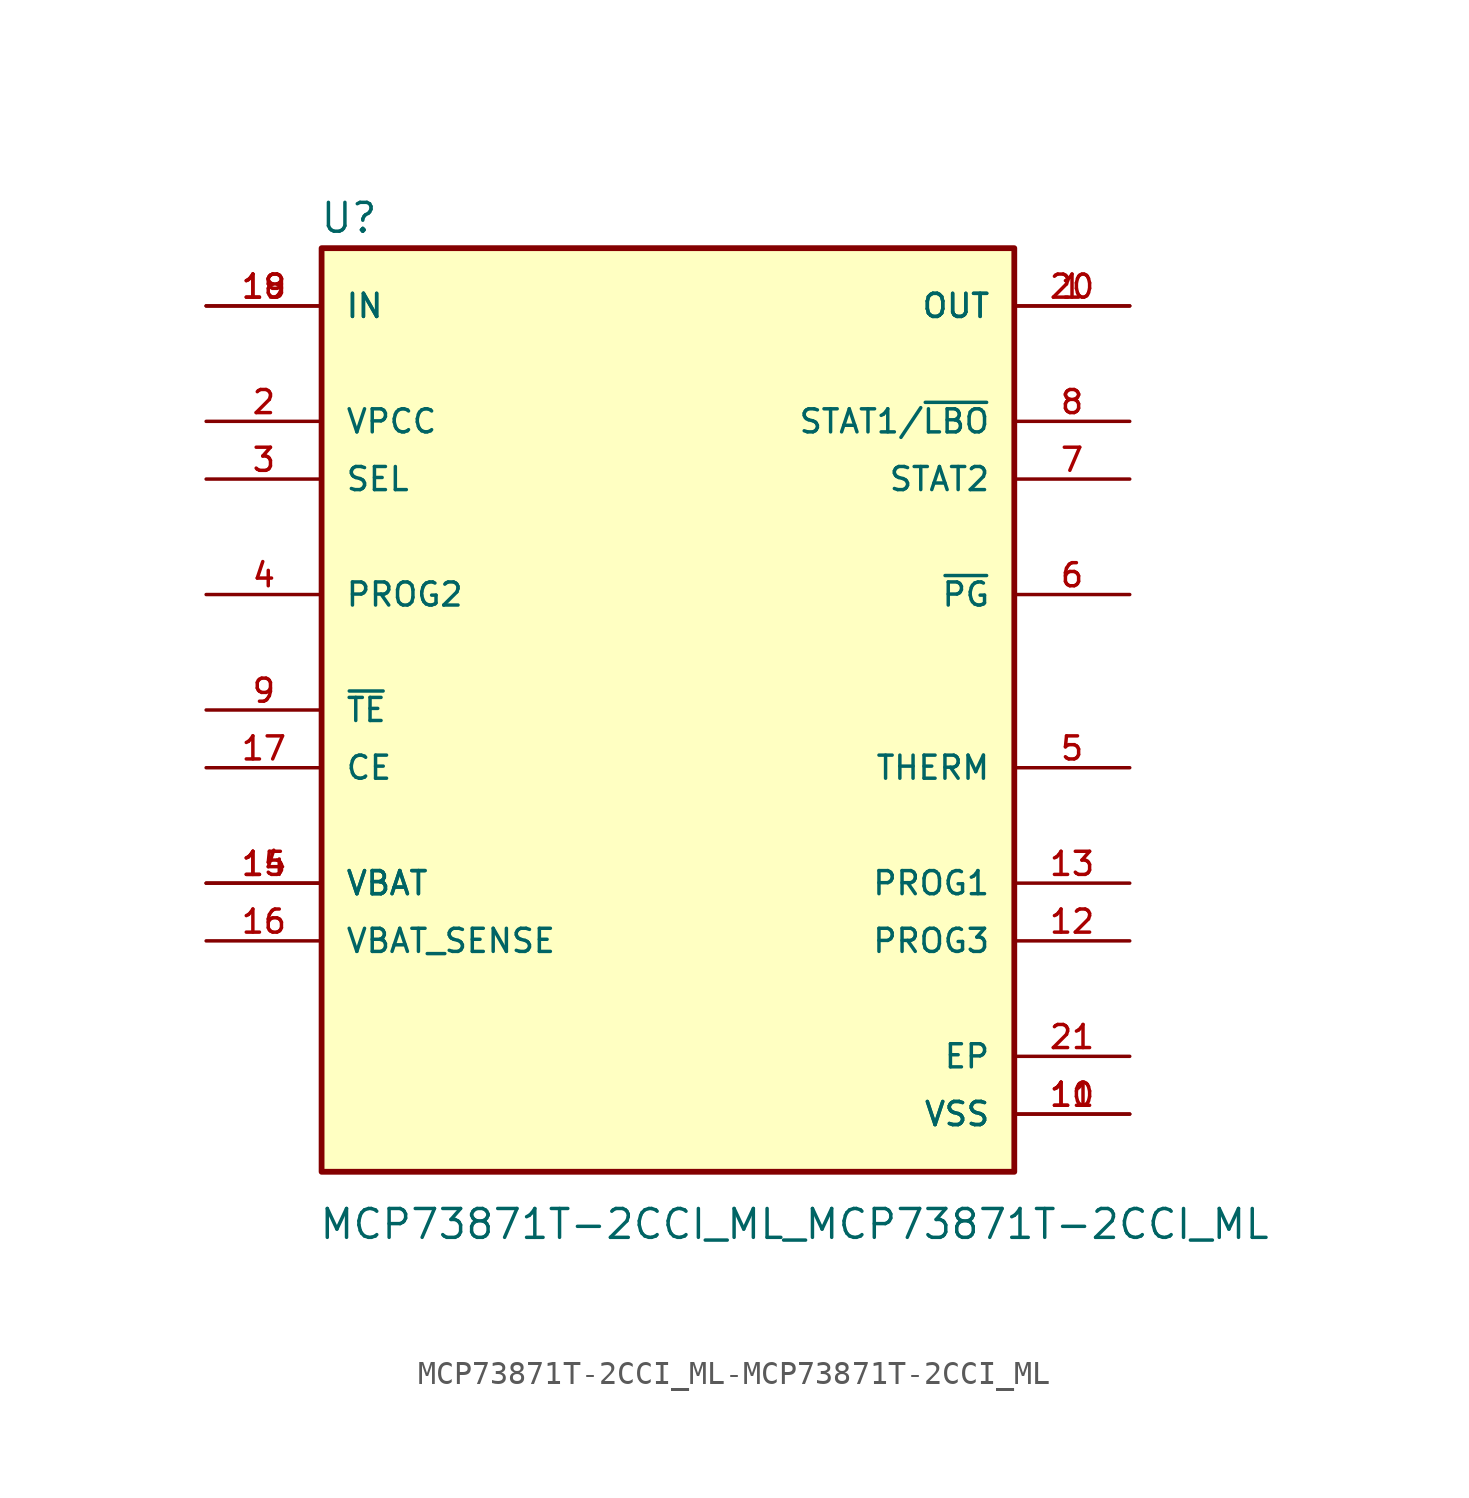
<source format=kicad_sym>
(kicad_symbol_lib
  (version 20220914)
  (generator kicad_symbol_editor)
  (symbol "MCP73871T-2CCI_ML-MCP73871T-2CCI_ML"
    (pin_names
      (offset 1.016))
    (property "Reference" "U"
      (at -15.342 20.904 0)
      (effects (font (size 1.27 1.27)) (justify left bottom)))
    (property "Value" "MCP73871T-2CCI_ML_MCP73871T-2CCI_ML"
      (at -15.392 -23.368 0)
      (effects (font (size 1.27 1.27)) (justify left bottom)))
    (property "ki_locked" ""
      (at 0 0 0)
      (effects (font (size 1.27 1.27))))
    (symbol "MCP73871T-2CCI_ML-MCP73871T-2CCI_ML_0_0"
      (rectangle (start -15.24 -20.32) (end 15.24 20.32) (stroke (width 0.254) (type solid)) (fill (type background)))
      (pin output line (at 20.32 17.78 180) (length 5.08) (name "OUT" (effects (font (size 1.016 1.016)))) (number "1" (effects (font (size 1.016 1.016)))))
      (pin power_in line (at 20.32 -17.78 180) (length 5.08) (name "VSS" (effects (font (size 1.016 1.016)))) (number "10" (effects (font (size 1.016 1.016)))))
      (pin power_in line (at 20.32 -17.78 180) (length 5.08) (name "VSS" (effects (font (size 1.016 1.016)))) (number "11" (effects (font (size 1.016 1.016)))))
      (pin bidirectional line (at 20.32 -10.16 180) (length 5.08) (name "PROG3" (effects (font (size 1.016 1.016)))) (number "12" (effects (font (size 1.016 1.016)))))
      (pin bidirectional line (at 20.32 -7.62 180) (length 5.08) (name "PROG1" (effects (font (size 1.016 1.016)))) (number "13" (effects (font (size 1.016 1.016)))))
      (pin bidirectional line (at -20.32 -7.62 0) (length 5.08) (name "VBAT" (effects (font (size 1.016 1.016)))) (number "14" (effects (font (size 1.016 1.016)))))
      (pin bidirectional line (at -20.32 -7.62 0) (length 5.08) (name "VBAT" (effects (font (size 1.016 1.016)))) (number "15" (effects (font (size 1.016 1.016)))))
      (pin bidirectional line (at -20.32 -10.16 0) (length 5.08) (name "VBAT_SENSE" (effects (font (size 1.016 1.016)))) (number "16" (effects (font (size 1.016 1.016)))))
      (pin input line (at -20.32 -2.54 0) (length 5.08) (name "CE" (effects (font (size 1.016 1.016)))) (number "17" (effects (font (size 1.016 1.016)))))
      (pin input line (at -20.32 17.78 0) (length 5.08) (name "IN" (effects (font (size 1.016 1.016)))) (number "18" (effects (font (size 1.016 1.016)))))
      (pin input line (at -20.32 17.78 0) (length 5.08) (name "IN" (effects (font (size 1.016 1.016)))) (number "19" (effects (font (size 1.016 1.016)))))
      (pin input line (at -20.32 12.7 0) (length 5.08) (name "VPCC" (effects (font (size 1.016 1.016)))) (number "2" (effects (font (size 1.016 1.016)))))
      (pin output line (at 20.32 17.78 180) (length 5.08) (name "OUT" (effects (font (size 1.016 1.016)))) (number "20" (effects (font (size 1.016 1.016)))))
      (pin passive line (at 20.32 -15.24 180) (length 5.08) (name "EP" (effects (font (size 1.016 1.016)))) (number "21" (effects (font (size 1.016 1.016)))))
      (pin input line (at -20.32 10.16 0) (length 5.08) (name "SEL" (effects (font (size 1.016 1.016)))) (number "3" (effects (font (size 1.016 1.016)))))
      (pin input line (at -20.32 5.08 0) (length 5.08) (name "PROG2" (effects (font (size 1.016 1.016)))) (number "4" (effects (font (size 1.016 1.016)))))
      (pin bidirectional line (at 20.32 -2.54 180) (length 5.08) (name "THERM" (effects (font (size 1.016 1.016)))) (number "5" (effects (font (size 1.016 1.016)))))
      (pin output line (at 20.32 5.08 180) (length 5.08) (name "~{PG}" (effects (font (size 1.016 1.016)))) (number "6" (effects (font (size 1.016 1.016)))))
      (pin output line (at 20.32 10.16 180) (length 5.08) (name "STAT2" (effects (font (size 1.016 1.016)))) (number "7" (effects (font (size 1.016 1.016)))))
      (pin output line (at 20.32 12.7 180) (length 5.08) (name "STAT1/~{LBO}" (effects (font (size 1.016 1.016)))) (number "8" (effects (font (size 1.016 1.016)))))
      (pin input line (at -20.32 0 0) (length 5.08) (name "~{TE}" (effects (font (size 1.016 1.016)))) (number "9" (effects (font (size 1.016 1.016))))))))
</source>
